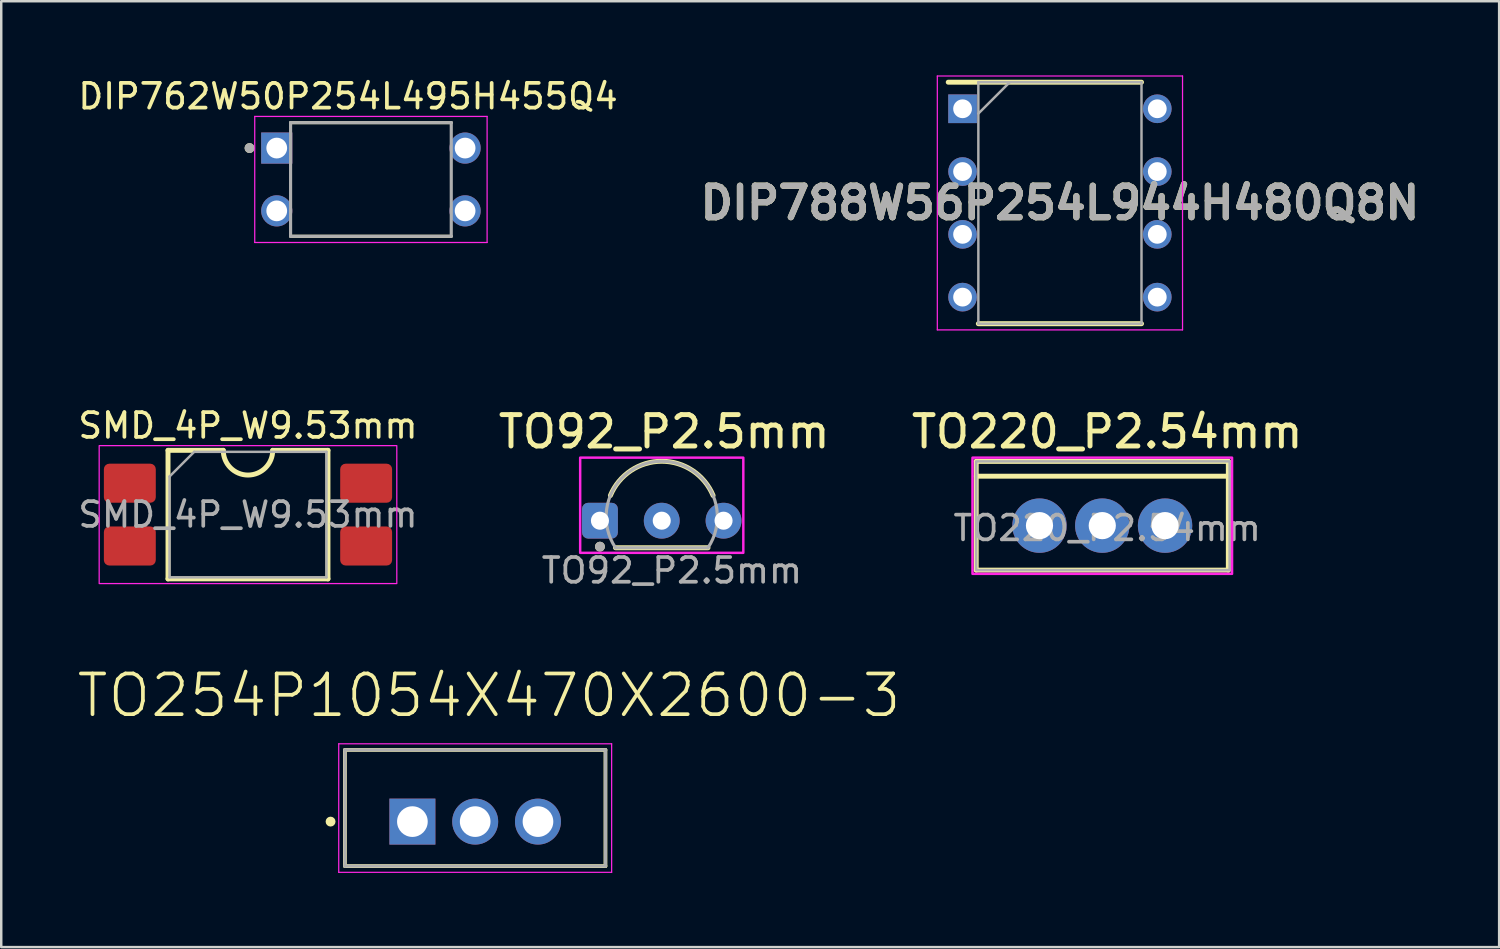
<source format=kicad_pcb>
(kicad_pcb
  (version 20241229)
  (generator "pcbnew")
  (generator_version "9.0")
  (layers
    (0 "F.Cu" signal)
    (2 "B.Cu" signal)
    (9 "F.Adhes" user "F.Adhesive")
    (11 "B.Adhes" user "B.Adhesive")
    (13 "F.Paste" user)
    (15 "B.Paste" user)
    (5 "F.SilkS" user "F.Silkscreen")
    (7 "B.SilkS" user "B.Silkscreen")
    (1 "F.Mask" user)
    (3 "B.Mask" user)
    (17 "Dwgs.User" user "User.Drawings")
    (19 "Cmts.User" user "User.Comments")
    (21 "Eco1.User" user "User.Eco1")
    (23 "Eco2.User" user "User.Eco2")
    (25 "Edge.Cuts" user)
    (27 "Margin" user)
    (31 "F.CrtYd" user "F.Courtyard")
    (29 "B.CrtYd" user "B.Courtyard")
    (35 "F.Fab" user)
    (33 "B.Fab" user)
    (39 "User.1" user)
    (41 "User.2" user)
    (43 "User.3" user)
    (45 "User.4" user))
  (footprint "TO220_P2.54mm"
    (layer "F.Cu")
    (at 41.541 18.214)
    (property "Reference" "TO220_P2.54mm" (at 0.2 -3.8 0) (layer "F.SilkS") (effects (font (size 1.27 1.27) (thickness 0.2))))
    (attr through_hole)
    (fp_line (start -5.1 -2.6) (end -5.1 1.8) (stroke (width 0.2) (type solid)) (layer "F.SilkS"))
    (fp_line (start -5.1 -2) (end 5.1 -2) (stroke (width 0.2) (type solid)) (layer "F.SilkS"))
    (fp_line (start -5.1 1.8) (end 5.1 1.8) (stroke (width 0.2) (type solid)) (layer "F.SilkS"))
    (fp_line (start 5.1 -2.6) (end -5.1 -2.6) (stroke (width 0.2) (type solid)) (layer "F.SilkS"))
    (fp_line (start 5.1 1.8) (end 5.1 -2.6) (stroke (width 0.2) (type solid)) (layer "F.SilkS"))
    (fp_rect (start -5.25 -2.75) (end 5.25 1.95) (stroke (width 0.1) (type default)) (fill no) (layer "F.CrtYd"))
    (fp_rect (start -5.1 -2.6) (end 5.15 1.8) (stroke (width 0.1) (type default)) (fill no) (layer "F.Fab"))
    (fp_text user "${REFERENCE}" (at 0.2 0.1 0) (layer "F.Fab") (effects (font (size 1 1) (thickness 0.15))))
    (pad "1" thru_hole circle (at -2.54 0) (size 2.2 2.2) (drill 1.1) (layers "*.Cu" "*.Mask"))
    (pad "2" thru_hole circle (at 0 0) (size 2.2 2.2) (drill 1.1) (layers "*.Cu" "*.Mask"))
    (pad "3" thru_hole circle (at 2.54 0) (size 2.2 2.2) (drill 1.1) (layers "*.Cu" "*.Mask")))
  (footprint "TO92_P2.5mm"
    (layer "F.Cu")
    (at 23.72 18.014)
    (property "Reference" "TO92_P2.5mm" (at 0.1 -3.6 0) (layer "F.SilkS") (effects (font (size 1.27 1.27) (thickness 0.2))))
    (attr through_hole)
    (fp_line (start -1.871 1.095) (end 1.871 1.095) (stroke (width 0.2) (type solid)) (layer "F.SilkS"))
    (fp_arc (start -2.07708 -1.02) (mid 0 -2.404991) (end 2.07708 -1.02) (stroke (width 0.2) (type solid)) (layer "F.SilkS"))
    (fp_circle (center -2.5 1.05) (end -2.4 1.05) (stroke (width 0.2) (type solid)) (fill no) (layer "F.SilkS"))
    (fp_rect (start -3.3 -2.55) (end 3.3 1.3) (stroke (width 0.1) (type default)) (fill no) (layer "F.CrtYd"))
    (fp_line (start -1.871 1.095) (end 1.871 1.095) (stroke (width 0.127) (type solid)) (layer "F.Fab"))
    (fp_arc (start -1.87083 1.095001) (mid 0 -2.405003) (end 1.87083 1.095) (stroke (width 0.127) (type solid)) (layer "F.Fab"))
    (fp_circle (center -2.5 1.05) (end -2.4 1.05) (stroke (width 0.2) (type solid)) (fill no) (layer "F.Fab"))
    (fp_text user "${REFERENCE}" (at -4.95 2.6 0) (unlocked yes) (layer "F.Fab") (effects (font (size 1 1) (thickness 0.15)) (justify left bottom)))
    (pad "1" thru_hole roundrect (at -2.5 0) (size 1.45 1.45) (drill 0.73) (layers "*.Cu" "*.Mask") (roundrect_rratio 0.172))
    (pad "2" thru_hole circle (at 0 0) (size 1.45 1.45) (drill 0.73) (layers "*.Cu" "*.Mask"))
    (pad "3" thru_hole circle (at 2.5 0) (size 1.45 1.45) (drill 0.73) (layers "*.Cu" "*.Mask")))
  (footprint "DIP788W56P254L944H480Q8N"
    (layer "F.Cu")
    (at 39.828 5.16)
    (property "Reference" "DIP788W56P254L944H480Q8N" (at 0 0 0) (layer "F.SilkS") (effects (font (size 1.27 1.27) (thickness 0.254))))
    (attr through_hole)
    (fp_line (start -4.518 -4.885) (end 3.3 -4.885) (stroke (width 0.2) (type solid)) (layer "F.SilkS"))
    (fp_line (start -3.3 4.885) (end 3.3 4.885) (stroke (width 0.2) (type solid)) (layer "F.SilkS"))
    (fp_line (start -4.96 -5.135) (end 4.96 -5.135) (stroke (width 0.05) (type solid)) (layer "F.CrtYd"))
    (fp_line (start -4.96 5.135) (end -4.96 -5.135) (stroke (width 0.05) (type solid)) (layer "F.CrtYd"))
    (fp_line (start 4.96 -5.135) (end 4.96 5.135) (stroke (width 0.05) (type solid)) (layer "F.CrtYd"))
    (fp_line (start 4.96 5.135) (end -4.96 5.135) (stroke (width 0.05) (type solid)) (layer "F.CrtYd"))
    (fp_line (start -3.3 -4.885) (end 3.3 -4.885) (stroke (width 0.1) (type solid)) (layer "F.Fab"))
    (fp_line (start -3.3 -3.615) (end -2.03 -4.885) (stroke (width 0.1) (type solid)) (layer "F.Fab"))
    (fp_line (start -3.3 4.885) (end -3.3 -4.885) (stroke (width 0.1) (type solid)) (layer "F.Fab"))
    (fp_line (start 3.3 -4.885) (end 3.3 4.885) (stroke (width 0.1) (type solid)) (layer "F.Fab"))
    (fp_line (start 3.3 4.885) (end -3.3 4.885) (stroke (width 0.1) (type solid)) (layer "F.Fab"))
    (fp_text user "${REFERENCE}" (at 0 0 0) (layer "F.Fab") (effects (font (size 1.27 1.27) (thickness 0.254))))
    (pad "1" thru_hole rect (at -3.938 -3.81) (size 1.16 1.16) (drill 0.76) (layers "*.Cu" "*.Mask"))
    (pad "2" thru_hole circle (at -3.938 -1.27) (size 1.16 1.16) (drill 0.76) (layers "*.Cu" "*.Mask"))
    (pad "3" thru_hole circle (at -3.938 1.27) (size 1.16 1.16) (drill 0.76) (layers "*.Cu" "*.Mask"))
    (pad "4" thru_hole circle (at -3.938 3.81) (size 1.16 1.16) (drill 0.76) (layers "*.Cu" "*.Mask"))
    (pad "5" thru_hole circle (at 3.938 3.81) (size 1.16 1.16) (drill 0.76) (layers "*.Cu" "*.Mask"))
    (pad "6" thru_hole circle (at 3.938 1.27) (size 1.16 1.16) (drill 0.76) (layers "*.Cu" "*.Mask"))
    (pad "7" thru_hole circle (at 3.938 -1.27) (size 1.16 1.16) (drill 0.76) (layers "*.Cu" "*.Mask"))
    (pad "8" thru_hole circle (at 3.938 -3.81) (size 1.16 1.16) (drill 0.76) (layers "*.Cu" "*.Mask")))
  (footprint "SMD_4P_W9.53mm"
    (layer "F.Cu")
    (at 6.982 17.768)
    (property "Reference" "SMD_4P_W9.53mm" (at 0 -3.6 0) (layer "F.SilkS") (effects (font (size 1 1) (thickness 0.15))))
    (attr smd)
    (fp_line (start -3.235 -2.6) (end -3.235 2.6) (stroke (width 0.2) (type solid)) (layer "F.SilkS"))
    (fp_line (start -3.235 2.6) (end 3.235 2.6) (stroke (width 0.2) (type solid)) (layer "F.SilkS"))
    (fp_line (start -1 -2.6) (end -3.235 -2.6) (stroke (width 0.2) (type solid)) (layer "F.SilkS"))
    (fp_line (start 3.235 -2.6) (end 1 -2.6) (stroke (width 0.2) (type solid)) (layer "F.SilkS"))
    (fp_line (start 3.235 2.6) (end 3.235 -2.6) (stroke (width 0.2) (type solid)) (layer "F.SilkS"))
    (fp_arc (start 1 -2.6) (mid 0 -1.6) (end -1 -2.6) (stroke (width 0.2) (type solid)) (layer "F.SilkS"))
    (fp_rect (start -6.02 -2.79) (end 6.02 2.79) (stroke (width 0.05) (type solid)) (fill no) (layer "F.CrtYd"))
    (fp_line (start -3.175 -1.54) (end -2.175 -2.54) (stroke (width 0.1) (type solid)) (layer "F.Fab"))
    (fp_line (start -3.175 2.54) (end -3.175 -1.54) (stroke (width 0.1) (type solid)) (layer "F.Fab"))
    (fp_line (start -2.175 -2.54) (end 3.175 -2.54) (stroke (width 0.1) (type solid)) (layer "F.Fab"))
    (fp_line (start 3.175 -2.54) (end 3.175 2.54) (stroke (width 0.1) (type solid)) (layer "F.Fab"))
    (fp_line (start 3.175 2.54) (end -3.175 2.54) (stroke (width 0.1) (type solid)) (layer "F.Fab"))
    (fp_text user "${REFERENCE}" (at 0 0 0) (layer "F.Fab") (effects (font (size 1 1) (thickness 0.15))))
    (pad "1" smd roundrect (at -4.78 -1.27) (size 2.1 1.58) (layers "F.Cu" "F.Mask" "F.Paste") (roundrect_rratio 0.14))
    (pad "2" smd roundrect (at -4.78 1.27) (size 2.1 1.58) (layers "F.Cu" "F.Mask" "F.Paste") (roundrect_rratio 0.14))
    (pad "3" smd roundrect (at 4.78 1.27) (size 2.1 1.58) (layers "F.Cu" "F.Mask" "F.Paste") (roundrect_rratio 0.14))
    (pad "4" smd roundrect (at 4.78 -1.27) (size 2.1 1.58) (layers "F.Cu" "F.Mask" "F.Paste") (roundrect_rratio 0.14)))
  (footprint "DIP762W50P254L495H455Q4"
    (layer "F.Cu")
    (at 11.955 4.21)
    (property "Reference" "DIP762W50P254L495H455Q4" (at -0.925 -3.362 0) (layer "F.SilkS") (effects (font (size 1 1) (thickness 0.15))))
    (attr through_hole)
    (fp_line (start -3.25 -2.3) (end 3.25 -2.3) (stroke (width 0.127) (type solid)) (layer "F.SilkS"))
    (fp_line (start -3.25 2.3) (end 3.25 2.3) (stroke (width 0.127) (type solid)) (layer "F.SilkS"))
    (fp_circle (center -4.91 -1.27) (end -4.81 -1.27) (stroke (width 0.2) (type solid)) (fill no) (layer "F.SilkS"))
    (fp_line (start -4.7 -2.55) (end -4.7 2.55) (stroke (width 0.05) (type solid)) (layer "F.CrtYd"))
    (fp_line (start 4.7 -2.55) (end -4.7 -2.55) (stroke (width 0.05) (type solid)) (layer "F.CrtYd"))
    (fp_line (start 4.7 -2.55) (end 4.7 2.55) (stroke (width 0.05) (type solid)) (layer "F.CrtYd"))
    (fp_line (start 4.7 2.55) (end -4.7 2.55) (stroke (width 0.05) (type solid)) (layer "F.CrtYd"))
    (fp_line (start -3.25 -2.3) (end -3.25 2.3) (stroke (width 0.127) (type solid)) (layer "F.Fab"))
    (fp_line (start -3.25 -2.3) (end 3.25 -2.3) (stroke (width 0.127) (type solid)) (layer "F.Fab"))
    (fp_line (start -3.25 2.3) (end 3.25 2.3) (stroke (width 0.127) (type solid)) (layer "F.Fab"))
    (fp_line (start 3.25 -2.3) (end 3.25 2.3) (stroke (width 0.127) (type solid)) (layer "F.Fab"))
    (fp_circle (center -4.91 -1.27) (end -4.81 -1.27) (stroke (width 0.2) (type solid)) (fill no) (layer "F.Fab"))
    (pad "1" thru_hole rect (at -3.81 -1.27) (size 1.26 1.26) (drill 0.84) (layers "*.Cu" "*.Mask"))
    (pad "2" thru_hole circle (at -3.81 1.27) (size 1.26 1.26) (drill 0.84) (layers "*.Cu" "*.Mask"))
    (pad "3" thru_hole circle (at 3.81 1.27) (size 1.26 1.26) (drill 0.84) (layers "*.Cu" "*.Mask"))
    (pad "4" thru_hole circle (at 3.81 -1.27) (size 1.26 1.26) (drill 0.84) (layers "*.Cu" "*.Mask")))
  (footprint "TO254P1054X470X2600-3"
    (layer "F.Cu")
    (at 13.633 30.187)
    (property "Reference" "TO254P1054X470X2600-3" (at 3.098 -5.1 0) (layer "F.SilkS") (effects (font (size 1.647 1.647) (thickness 0.15))))
    (attr through_hole)
    (fp_line (start -2.73 -2.9) (end 7.81 -2.9) (stroke (width 0.152) (type solid)) (layer "F.SilkS"))
    (fp_line (start -2.73 1.8) (end -2.73 -2.9) (stroke (width 0.152) (type solid)) (layer "F.SilkS"))
    (fp_line (start 7.81 -2.9) (end 7.81 1.8) (stroke (width 0.152) (type solid)) (layer "F.SilkS"))
    (fp_line (start 7.81 1.8) (end -2.73 1.8) (stroke (width 0.152) (type solid)) (layer "F.SilkS"))
    (fp_circle (center -3.31 0) (end -3.21 0) (stroke (width 0.2) (type solid)) (fill no) (layer "F.SilkS"))
    (fp_line (start -2.98 -3.148) (end 8.06 -3.148) (stroke (width 0.05) (type solid)) (layer "F.CrtYd"))
    (fp_line (start -2.98 2.052) (end -2.98 -3.148) (stroke (width 0.05) (type solid)) (layer "F.CrtYd"))
    (fp_line (start 8.06 -3.148) (end 8.06 2.052) (stroke (width 0.05) (type solid)) (layer "F.CrtYd"))
    (fp_line (start 8.06 2.052) (end -2.98 2.052) (stroke (width 0.05) (type solid)) (layer "F.CrtYd"))
    (fp_line (start -2.73 -2.9) (end 7.81 -2.9) (stroke (width 0.127) (type solid)) (layer "F.Fab"))
    (fp_line (start -2.73 1.8) (end -2.73 -2.9) (stroke (width 0.127) (type solid)) (layer "F.Fab"))
    (fp_line (start 7.81 -2.9) (end 7.81 1.8) (stroke (width 0.127) (type solid)) (layer "F.Fab"))
    (fp_line (start 7.81 1.8) (end -2.73 1.8) (stroke (width 0.127) (type solid)) (layer "F.Fab"))
    (pad "1" thru_hole rect (at 0 0) (size 1.86 1.86) (drill 1.24) (layers "*.Cu" "*.Mask"))
    (pad "2" thru_hole circle (at 2.54 0) (size 1.86 1.86) (drill 1.24) (layers "*.Cu" "*.Mask"))
    (pad "3" thru_hole circle (at 5.08 0) (size 1.86 1.86) (drill 1.24) (layers "*.Cu" "*.Mask")))
  (gr_rect
    (start -3 -3)
    (end 57.596 35.264)
    (stroke (width 0.1) (type default))
    (fill no)
    (layer "Edge.Cuts")))
</source>
